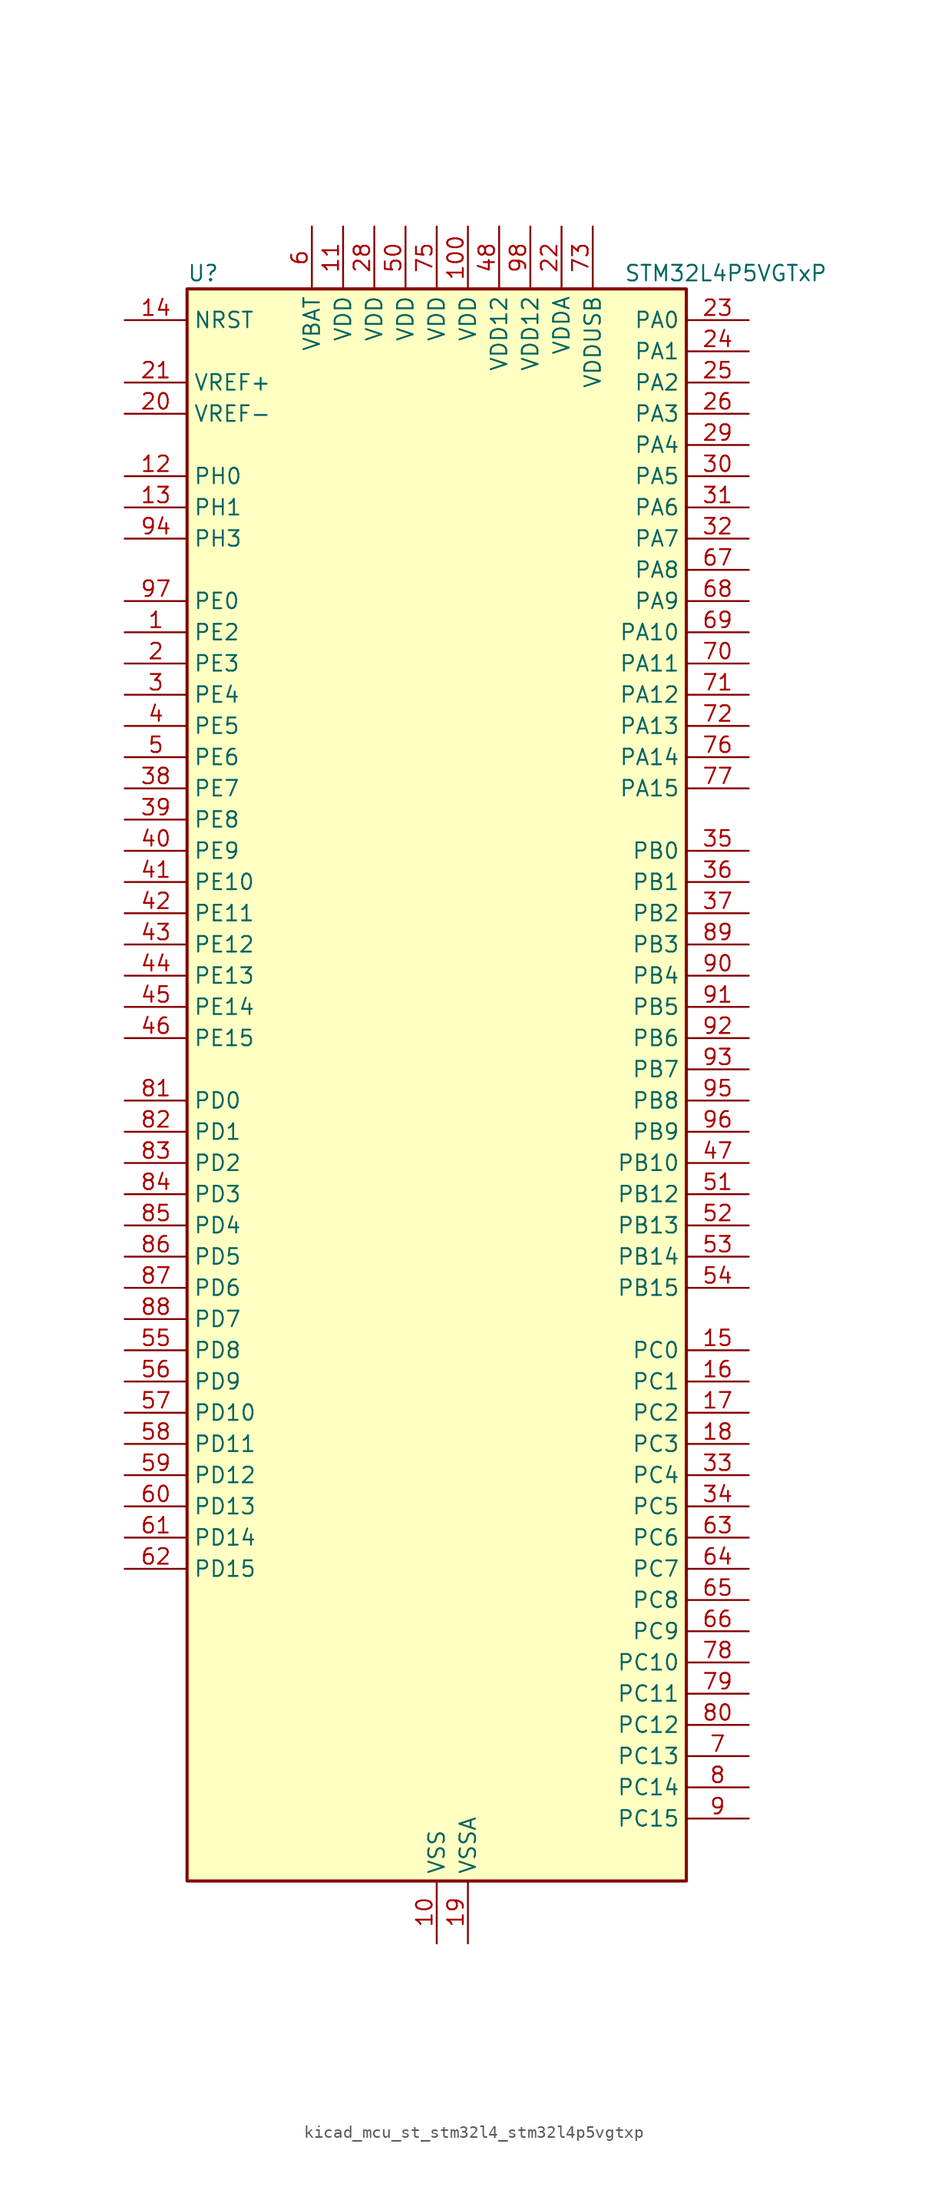
<source format=kicad_sym>
(kicad_symbol_lib
  (version 20220914)
  (generator kicad_symbol_editor)
  (symbol "kicad_mcu_st_stm32l4_stm32l4p5vgtxp"
    (property "Reference" "U"
      (at -20.32 67.31 0)
      (effects (font (size 1.27 1.27)) (justify left)))
    (property "Value" "STM32L4P5VGTxP"
      (at 15.24 67.31 0)
      (effects (font (size 1.27 1.27)) (justify left)))
    (property "ki_locked" ""
      (at 0 0 0)
      (effects (font (size 1.27 1.27))))
    (symbol "kicad_mcu_st_stm32l4_stm32l4p5vgtxp_0_1"
      (rectangle (start -20.32 -63.5) (end 20.32 66.04) (stroke (width 0.254) (type default)) (fill (type background))))
    (symbol "kicad_mcu_st_stm32l4_stm32l4p5vgtxp_1_1"
      (pin bidirectional line (at -25.4 38.1 0) (length 5.08) (name "PE2" (effects (font (size 1.27 1.27)))) (number "1" (effects (font (size 1.27 1.27)))) (alternate "FMC_A23" bidirectional line) (alternate "LTDC_R7" bidirectional line) (alternate "SAI1_CK1" bidirectional line) (alternate "SAI1_MCLK_A" bidirectional line) (alternate "SYS_TRACECLK" bidirectional line) (alternate "TIM3_ETR" bidirectional line) (alternate "TSC_G7_IO1" bidirectional line))
      (pin power_in line (at 0 -68.58 90) (length 5.08) (name "VSS" (effects (font (size 1.27 1.27)))) (number "10" (effects (font (size 1.27 1.27)))))
      (pin power_in line (at 2.54 71.12 270) (length 5.08) (name "VDD" (effects (font (size 1.27 1.27)))) (number "100" (effects (font (size 1.27 1.27)))))
      (pin power_in line (at -7.62 71.12 270) (length 5.08) (name "VDD" (effects (font (size 1.27 1.27)))) (number "11" (effects (font (size 1.27 1.27)))))
      (pin bidirectional line (at -25.4 50.8 0) (length 5.08) (name "PH0" (effects (font (size 1.27 1.27)))) (number "12" (effects (font (size 1.27 1.27)))) (alternate "RCC_OSC_IN" bidirectional line))
      (pin bidirectional line (at -25.4 48.26 0) (length 5.08) (name "PH1" (effects (font (size 1.27 1.27)))) (number "13" (effects (font (size 1.27 1.27)))) (alternate "RCC_OSC_OUT" bidirectional line))
      (pin input line (at -25.4 63.5 0) (length 5.08) (name "NRST" (effects (font (size 1.27 1.27)))) (number "14" (effects (font (size 1.27 1.27)))))
      (pin bidirectional line (at 25.4 -20.32 180) (length 5.08) (name "PC0" (effects (font (size 1.27 1.27)))) (number "15" (effects (font (size 1.27 1.27)))) (alternate "ADC1_IN1" bidirectional line) (alternate "ADC2_IN1" bidirectional line) (alternate "I2C3_SCL" bidirectional line) (alternate "LPTIM1_IN1" bidirectional line) (alternate "LPTIM2_IN1" bidirectional line) (alternate "LPUART1_RX" bidirectional line) (alternate "LTDC_DE" bidirectional line) (alternate "SAI2_FS_A" bidirectional line) (alternate "SDMMC1_CMD" bidirectional line) (alternate "SDMMC2_CKIN" bidirectional line))
      (pin bidirectional line (at 25.4 -22.86 180) (length 5.08) (name "PC1" (effects (font (size 1.27 1.27)))) (number "16" (effects (font (size 1.27 1.27)))) (alternate "ADC1_IN2" bidirectional line) (alternate "ADC2_IN2" bidirectional line) (alternate "I2C3_SDA" bidirectional line) (alternate "LPTIM1_OUT" bidirectional line) (alternate "LPUART1_TX" bidirectional line) (alternate "OCTOSPIM_P1_IO4" bidirectional line) (alternate "SAI1_SD_A" bidirectional line) (alternate "SPI2_MOSI" bidirectional line) (alternate "SYS_TRACED0" bidirectional line))
      (pin bidirectional line (at 25.4 -25.4 180) (length 5.08) (name "PC2" (effects (font (size 1.27 1.27)))) (number "17" (effects (font (size 1.27 1.27)))) (alternate "ADC1_IN3" bidirectional line) (alternate "ADC2_IN3" bidirectional line) (alternate "DFSDM1_CKOUT" bidirectional line) (alternate "LPTIM1_IN2" bidirectional line) (alternate "LTDC_HSYNC" bidirectional line) (alternate "OCTOSPIM_P1_IO5" bidirectional line) (alternate "SPI2_MISO" bidirectional line))
      (pin bidirectional line (at 25.4 -27.94 180) (length 5.08) (name "PC3" (effects (font (size 1.27 1.27)))) (number "18" (effects (font (size 1.27 1.27)))) (alternate "ADC1_IN4" bidirectional line) (alternate "ADC2_IN4" bidirectional line) (alternate "LPTIM1_ETR" bidirectional line) (alternate "LPTIM2_ETR" bidirectional line) (alternate "OCTOSPIM_P1_IO6" bidirectional line) (alternate "SAI1_D1" bidirectional line) (alternate "SAI1_SD_A" bidirectional line) (alternate "SPI2_MOSI" bidirectional line))
      (pin power_in line (at 2.54 -68.58 90) (length 5.08) (name "VSSA" (effects (font (size 1.27 1.27)))) (number "19" (effects (font (size 1.27 1.27)))))
      (pin bidirectional line (at -25.4 35.56 0) (length 5.08) (name "PE3" (effects (font (size 1.27 1.27)))) (number "2" (effects (font (size 1.27 1.27)))) (alternate "FMC_A19" bidirectional line) (alternate "LTDC_R6" bidirectional line) (alternate "OCTOSPIM_P1_DQS" bidirectional line) (alternate "SAI1_SD_B" bidirectional line) (alternate "SYS_TRACED0" bidirectional line) (alternate "TIM3_CH1" bidirectional line) (alternate "TSC_G7_IO2" bidirectional line))
      (pin input line (at -25.4 55.88 0) (length 5.08) (name "VREF-" (effects (font (size 1.27 1.27)))) (number "20" (effects (font (size 1.27 1.27)))))
      (pin input line (at -25.4 58.42 0) (length 5.08) (name "VREF+" (effects (font (size 1.27 1.27)))) (number "21" (effects (font (size 1.27 1.27)))) (alternate "VREFBUF_OUT" bidirectional line))
      (pin power_in line (at 10.16 71.12 270) (length 5.08) (name "VDDA" (effects (font (size 1.27 1.27)))) (number "22" (effects (font (size 1.27 1.27)))))
      (pin bidirectional line (at 25.4 63.5 180) (length 5.08) (name "PA0" (effects (font (size 1.27 1.27)))) (number "23" (effects (font (size 1.27 1.27)))) (alternate "ADC1_IN5" bidirectional line) (alternate "ADC2_IN5" bidirectional line) (alternate "OPAMP1_VINP" bidirectional line) (alternate "RTC_TAMP2" bidirectional line) (alternate "SAI1_EXTCLK" bidirectional line) (alternate "SYS_WKUP1" bidirectional line) (alternate "TIM2_CH1" bidirectional line) (alternate "TIM2_ETR" bidirectional line) (alternate "TIM5_CH1" bidirectional line) (alternate "TIM8_ETR" bidirectional line) (alternate "UART4_TX" bidirectional line) (alternate "USART2_CTS" bidirectional line) (alternate "USART2_NSS" bidirectional line))
      (pin bidirectional line (at 25.4 60.96 180) (length 5.08) (name "PA1" (effects (font (size 1.27 1.27)))) (number "24" (effects (font (size 1.27 1.27)))) (alternate "ADC1_IN6" bidirectional line) (alternate "ADC2_IN6" bidirectional line) (alternate "I2C1_SMBA" bidirectional line) (alternate "OCTOSPIM_P1_DQS" bidirectional line) (alternate "OPAMP1_VINM" bidirectional line) (alternate "SDMMC2_CMD" bidirectional line) (alternate "SPI1_SCK" bidirectional line) (alternate "TIM15_CH1N" bidirectional line) (alternate "TIM2_CH2" bidirectional line) (alternate "TIM5_CH2" bidirectional line) (alternate "UART4_RX" bidirectional line) (alternate "USART2_DE" bidirectional line) (alternate "USART2_RTS" bidirectional line))
      (pin bidirectional line (at 25.4 58.42 180) (length 5.08) (name "PA2" (effects (font (size 1.27 1.27)))) (number "25" (effects (font (size 1.27 1.27)))) (alternate "ADC1_IN7" bidirectional line) (alternate "ADC2_IN7" bidirectional line) (alternate "LPUART1_TX" bidirectional line) (alternate "OCTOSPIM_P1_NCS" bidirectional line) (alternate "RCC_LSCO" bidirectional line) (alternate "SAI2_EXTCLK" bidirectional line) (alternate "SYS_WKUP4" bidirectional line) (alternate "TIM15_CH1" bidirectional line) (alternate "TIM2_CH3" bidirectional line) (alternate "TIM5_CH3" bidirectional line) (alternate "USART2_TX" bidirectional line))
      (pin bidirectional line (at 25.4 55.88 180) (length 5.08) (name "PA3" (effects (font (size 1.27 1.27)))) (number "26" (effects (font (size 1.27 1.27)))) (alternate "ADC1_IN8" bidirectional line) (alternate "ADC2_IN8" bidirectional line) (alternate "LPUART1_RX" bidirectional line) (alternate "OCTOSPIM_P1_CLK" bidirectional line) (alternate "OPAMP1_VOUT" bidirectional line) (alternate "SAI1_CK1" bidirectional line) (alternate "SAI1_MCLK_A" bidirectional line) (alternate "TIM15_CH2" bidirectional line) (alternate "TIM2_CH4" bidirectional line) (alternate "TIM5_CH4" bidirectional line) (alternate "USART2_RX" bidirectional line))
      (pin passive line (at 0 -68.58 90) (length 5.08) hide (name "VSS" (effects (font (size 1.27 1.27)))) (number "27" (effects (font (size 1.27 1.27)))))
      (pin power_in line (at -5.08 71.12 270) (length 5.08) (name "VDD" (effects (font (size 1.27 1.27)))) (number "28" (effects (font (size 1.27 1.27)))))
      (pin bidirectional line (at 25.4 53.34 180) (length 5.08) (name "PA4" (effects (font (size 1.27 1.27)))) (number "29" (effects (font (size 1.27 1.27)))) (alternate "ADC1_IN9" bidirectional line) (alternate "ADC2_IN9" bidirectional line) (alternate "DAC1_OUT1" bidirectional line) (alternate "DCMI_HSYNC" bidirectional line) (alternate "LPTIM2_OUT" bidirectional line) (alternate "LTDC_CLK" bidirectional line) (alternate "OCTOSPIM_P1_NCS" bidirectional line) (alternate "PSSI_DE" bidirectional line) (alternate "SAI1_FS_B" bidirectional line) (alternate "SPI1_NSS" bidirectional line) (alternate "SPI3_NSS" bidirectional line) (alternate "USART2_CK" bidirectional line))
      (pin bidirectional line (at -25.4 33.02 0) (length 5.08) (name "PE4" (effects (font (size 1.27 1.27)))) (number "3" (effects (font (size 1.27 1.27)))) (alternate "DCMI_D4" bidirectional line) (alternate "DFSDM1_DATIN3" bidirectional line) (alternate "FMC_A20" bidirectional line) (alternate "LTDC_B7" bidirectional line) (alternate "PSSI_D4" bidirectional line) (alternate "SAI1_D2" bidirectional line) (alternate "SAI1_FS_A" bidirectional line) (alternate "SYS_TRACED1" bidirectional line) (alternate "TIM3_CH2" bidirectional line) (alternate "TSC_G7_IO3" bidirectional line))
      (pin bidirectional line (at 25.4 50.8 180) (length 5.08) (name "PA5" (effects (font (size 1.27 1.27)))) (number "30" (effects (font (size 1.27 1.27)))) (alternate "ADC1_IN10" bidirectional line) (alternate "ADC2_IN10" bidirectional line) (alternate "DAC1_OUT2" bidirectional line) (alternate "LPTIM2_ETR" bidirectional line) (alternate "LTDC_R7" bidirectional line) (alternate "PSSI_D14" bidirectional line) (alternate "SPI1_SCK" bidirectional line) (alternate "TIM2_CH1" bidirectional line) (alternate "TIM2_ETR" bidirectional line) (alternate "TIM8_CH1N" bidirectional line))
      (pin bidirectional line (at 25.4 48.26 180) (length 5.08) (name "PA6" (effects (font (size 1.27 1.27)))) (number "31" (effects (font (size 1.27 1.27)))) (alternate "ADC1_IN11" bidirectional line) (alternate "ADC2_IN11" bidirectional line) (alternate "DCMI_PIXCLK" bidirectional line) (alternate "LPUART1_CTS" bidirectional line) (alternate "OCTOSPIM_P1_IO3" bidirectional line) (alternate "OPAMP2_VINP" bidirectional line) (alternate "PSSI_PDCK" bidirectional line) (alternate "SPI1_MISO" bidirectional line) (alternate "TIM16_CH1" bidirectional line) (alternate "TIM1_BKIN" bidirectional line) (alternate "TIM3_CH1" bidirectional line) (alternate "TIM8_BKIN" bidirectional line) (alternate "USART3_CTS" bidirectional line) (alternate "USART3_NSS" bidirectional line))
      (pin bidirectional line (at 25.4 45.72 180) (length 5.08) (name "PA7" (effects (font (size 1.27 1.27)))) (number "32" (effects (font (size 1.27 1.27)))) (alternate "ADC1_IN12" bidirectional line) (alternate "ADC2_IN12" bidirectional line) (alternate "I2C3_SCL" bidirectional line) (alternate "OCTOSPIM_P1_IO2" bidirectional line) (alternate "OPAMP2_VINM" bidirectional line) (alternate "SPI1_MOSI" bidirectional line) (alternate "TIM17_CH1" bidirectional line) (alternate "TIM1_CH1N" bidirectional line) (alternate "TIM3_CH2" bidirectional line) (alternate "TIM8_CH1N" bidirectional line))
      (pin bidirectional line (at 25.4 -30.48 180) (length 5.08) (name "PC4" (effects (font (size 1.27 1.27)))) (number "33" (effects (font (size 1.27 1.27)))) (alternate "ADC1_IN13" bidirectional line) (alternate "ADC2_IN13" bidirectional line) (alternate "COMP1_INM" bidirectional line) (alternate "OCTOSPIM_P1_IO7" bidirectional line) (alternate "OCTOSPIM_P2_NCS" bidirectional line) (alternate "USART3_TX" bidirectional line))
      (pin bidirectional line (at 25.4 -33.02 180) (length 5.08) (name "PC5" (effects (font (size 1.27 1.27)))) (number "34" (effects (font (size 1.27 1.27)))) (alternate "ADC1_IN14" bidirectional line) (alternate "ADC2_IN14" bidirectional line) (alternate "COMP1_INP" bidirectional line) (alternate "LTDC_CLK" bidirectional line) (alternate "PSSI_D15" bidirectional line) (alternate "SAI1_D3" bidirectional line) (alternate "SYS_WKUP5" bidirectional line) (alternate "USART3_RX" bidirectional line))
      (pin bidirectional line (at 25.4 20.32 180) (length 5.08) (name "PB0" (effects (font (size 1.27 1.27)))) (number "35" (effects (font (size 1.27 1.27)))) (alternate "ADC1_IN15" bidirectional line) (alternate "ADC2_IN15" bidirectional line) (alternate "COMP1_OUT" bidirectional line) (alternate "LTDC_B6" bidirectional line) (alternate "OCTOSPIM_P1_IO1" bidirectional line) (alternate "OPAMP2_VOUT" bidirectional line) (alternate "SAI1_EXTCLK" bidirectional line) (alternate "SPI1_NSS" bidirectional line) (alternate "TIM1_CH2N" bidirectional line) (alternate "TIM3_CH3" bidirectional line) (alternate "TIM8_CH2N" bidirectional line) (alternate "USART3_CK" bidirectional line))
      (pin bidirectional line (at 25.4 17.78 180) (length 5.08) (name "PB1" (effects (font (size 1.27 1.27)))) (number "36" (effects (font (size 1.27 1.27)))) (alternate "ADC1_IN16" bidirectional line) (alternate "ADC2_IN16" bidirectional line) (alternate "COMP1_INM" bidirectional line) (alternate "DFSDM1_DATIN0" bidirectional line) (alternate "LPTIM2_IN1" bidirectional line) (alternate "LPUART1_DE" bidirectional line) (alternate "LPUART1_RTS" bidirectional line) (alternate "LTDC_G6" bidirectional line) (alternate "OCTOSPIM_P1_IO0" bidirectional line) (alternate "TIM1_CH3N" bidirectional line) (alternate "TIM3_CH4" bidirectional line) (alternate "TIM8_CH3N" bidirectional line) (alternate "USART3_DE" bidirectional line) (alternate "USART3_RTS" bidirectional line))
      (pin bidirectional line (at 25.4 15.24 180) (length 5.08) (name "PB2" (effects (font (size 1.27 1.27)))) (number "37" (effects (font (size 1.27 1.27)))) (alternate "COMP1_INP" bidirectional line) (alternate "DFSDM1_CKIN0" bidirectional line) (alternate "I2C3_SMBA" bidirectional line) (alternate "LPTIM1_OUT" bidirectional line) (alternate "OCTOSPIM_P1_DQS" bidirectional line) (alternate "RTC_OUT2" bidirectional line))
      (pin bidirectional line (at -25.4 25.4 0) (length 5.08) (name "PE7" (effects (font (size 1.27 1.27)))) (number "38" (effects (font (size 1.27 1.27)))) (alternate "DFSDM1_DATIN2" bidirectional line) (alternate "FMC_D4" bidirectional line) (alternate "FMC_DA4" bidirectional line) (alternate "LTDC_B6" bidirectional line) (alternate "SAI1_SD_B" bidirectional line) (alternate "TIM1_ETR" bidirectional line))
      (pin bidirectional line (at -25.4 22.86 0) (length 5.08) (name "PE8" (effects (font (size 1.27 1.27)))) (number "39" (effects (font (size 1.27 1.27)))) (alternate "DFSDM1_CKIN2" bidirectional line) (alternate "FMC_D5" bidirectional line) (alternate "FMC_DA5" bidirectional line) (alternate "LTDC_B7" bidirectional line) (alternate "SAI1_SCK_B" bidirectional line) (alternate "TIM1_CH1N" bidirectional line))
      (pin bidirectional line (at -25.4 30.48 0) (length 5.08) (name "PE5" (effects (font (size 1.27 1.27)))) (number "4" (effects (font (size 1.27 1.27)))) (alternate "DCMI_D6" bidirectional line) (alternate "DFSDM1_CKIN3" bidirectional line) (alternate "FMC_A21" bidirectional line) (alternate "LTDC_G7" bidirectional line) (alternate "PSSI_D6" bidirectional line) (alternate "SAI1_CK2" bidirectional line) (alternate "SAI1_SCK_A" bidirectional line) (alternate "SYS_TRACED2" bidirectional line) (alternate "TIM3_CH3" bidirectional line) (alternate "TSC_G7_IO4" bidirectional line))
      (pin bidirectional line (at -25.4 20.32 0) (length 5.08) (name "PE9" (effects (font (size 1.27 1.27)))) (number "40" (effects (font (size 1.27 1.27)))) (alternate "DAC1_EXTI9" bidirectional line) (alternate "DFSDM1_CKOUT" bidirectional line) (alternate "FMC_D6" bidirectional line) (alternate "FMC_DA6" bidirectional line) (alternate "LTDC_G2" bidirectional line) (alternate "OCTOSPIM_P1_NCLK" bidirectional line) (alternate "SAI1_FS_B" bidirectional line) (alternate "TIM1_CH1" bidirectional line))
      (pin bidirectional line (at -25.4 17.78 0) (length 5.08) (name "PE10" (effects (font (size 1.27 1.27)))) (number "41" (effects (font (size 1.27 1.27)))) (alternate "FMC_D7" bidirectional line) (alternate "FMC_DA7" bidirectional line) (alternate "LTDC_G3" bidirectional line) (alternate "OCTOSPIM_P1_CLK" bidirectional line) (alternate "SAI1_MCLK_B" bidirectional line) (alternate "TIM1_CH2N" bidirectional line) (alternate "TSC_G5_IO1" bidirectional line))
      (pin bidirectional line (at -25.4 15.24 0) (length 5.08) (name "PE11" (effects (font (size 1.27 1.27)))) (number "42" (effects (font (size 1.27 1.27)))) (alternate "ADC1_EXTI11" bidirectional line) (alternate "ADC2_EXTI11" bidirectional line) (alternate "FMC_D8" bidirectional line) (alternate "FMC_DA8" bidirectional line) (alternate "LTDC_G4" bidirectional line) (alternate "OCTOSPIM_P1_NCS" bidirectional line) (alternate "TIM1_CH2" bidirectional line) (alternate "TSC_G5_IO2" bidirectional line))
      (pin bidirectional line (at -25.4 12.7 0) (length 5.08) (name "PE12" (effects (font (size 1.27 1.27)))) (number "43" (effects (font (size 1.27 1.27)))) (alternate "FMC_D9" bidirectional line) (alternate "FMC_DA9" bidirectional line) (alternate "LTDC_G5" bidirectional line) (alternate "OCTOSPIM_P1_IO0" bidirectional line) (alternate "SPI1_NSS" bidirectional line) (alternate "TIM1_CH3N" bidirectional line) (alternate "TSC_G5_IO3" bidirectional line))
      (pin bidirectional line (at -25.4 10.16 0) (length 5.08) (name "PE13" (effects (font (size 1.27 1.27)))) (number "44" (effects (font (size 1.27 1.27)))) (alternate "FMC_D10" bidirectional line) (alternate "FMC_DA10" bidirectional line) (alternate "LTDC_G6" bidirectional line) (alternate "OCTOSPIM_P1_IO1" bidirectional line) (alternate "SPI1_SCK" bidirectional line) (alternate "TIM1_CH3" bidirectional line) (alternate "TSC_G5_IO4" bidirectional line))
      (pin bidirectional line (at -25.4 7.62 0) (length 5.08) (name "PE14" (effects (font (size 1.27 1.27)))) (number "45" (effects (font (size 1.27 1.27)))) (alternate "FMC_D11" bidirectional line) (alternate "FMC_DA11" bidirectional line) (alternate "LTDC_G7" bidirectional line) (alternate "OCTOSPIM_P1_IO2" bidirectional line) (alternate "SPI1_MISO" bidirectional line) (alternate "TIM1_BKIN2" bidirectional line) (alternate "TIM1_CH4" bidirectional line))
      (pin bidirectional line (at -25.4 5.08 0) (length 5.08) (name "PE15" (effects (font (size 1.27 1.27)))) (number "46" (effects (font (size 1.27 1.27)))) (alternate "ADC1_EXTI15" bidirectional line) (alternate "ADC2_EXTI15" bidirectional line) (alternate "FMC_D12" bidirectional line) (alternate "FMC_DA12" bidirectional line) (alternate "LTDC_R2" bidirectional line) (alternate "OCTOSPIM_P1_IO3" bidirectional line) (alternate "SPI1_MOSI" bidirectional line) (alternate "TIM1_BKIN" bidirectional line))
      (pin bidirectional line (at 25.4 -5.08 180) (length 5.08) (name "PB10" (effects (font (size 1.27 1.27)))) (number "47" (effects (font (size 1.27 1.27)))) (alternate "COMP1_OUT" bidirectional line) (alternate "I2C2_SCL" bidirectional line) (alternate "I2C4_SCL" bidirectional line) (alternate "LPUART1_RX" bidirectional line) (alternate "OCTOSPIM_P1_CLK" bidirectional line) (alternate "OCTOSPIM_P1_IO3" bidirectional line) (alternate "SAI1_SCK_A" bidirectional line) (alternate "SPI2_SCK" bidirectional line) (alternate "TIM2_CH3" bidirectional line) (alternate "TSC_SYNC" bidirectional line) (alternate "USART3_TX" bidirectional line))
      (pin power_in line (at 5.08 71.12 270) (length 5.08) (name "VDD12" (effects (font (size 1.27 1.27)))) (number "48" (effects (font (size 1.27 1.27)))))
      (pin passive line (at 0 -68.58 90) (length 5.08) hide (name "VSS" (effects (font (size 1.27 1.27)))) (number "49" (effects (font (size 1.27 1.27)))))
      (pin bidirectional line (at -25.4 27.94 0) (length 5.08) (name "PE6" (effects (font (size 1.27 1.27)))) (number "5" (effects (font (size 1.27 1.27)))) (alternate "DCMI_D7" bidirectional line) (alternate "FMC_A22" bidirectional line) (alternate "LTDC_G6" bidirectional line) (alternate "PSSI_D7" bidirectional line) (alternate "RTC_TAMP3" bidirectional line) (alternate "SAI1_D1" bidirectional line) (alternate "SAI1_SD_A" bidirectional line) (alternate "SYS_TRACED3" bidirectional line) (alternate "SYS_WKUP3" bidirectional line) (alternate "TIM3_CH4" bidirectional line))
      (pin power_in line (at -2.54 71.12 270) (length 5.08) (name "VDD" (effects (font (size 1.27 1.27)))) (number "50" (effects (font (size 1.27 1.27)))))
      (pin bidirectional line (at 25.4 -7.62 180) (length 5.08) (name "PB12" (effects (font (size 1.27 1.27)))) (number "51" (effects (font (size 1.27 1.27)))) (alternate "DFSDM1_DATIN1" bidirectional line) (alternate "I2C2_SMBA" bidirectional line) (alternate "LPUART1_DE" bidirectional line) (alternate "LPUART1_RTS" bidirectional line) (alternate "OCTOSPIM_P1_NCLK" bidirectional line) (alternate "SAI2_FS_A" bidirectional line) (alternate "SDMMC2_CK" bidirectional line) (alternate "SPI2_NSS" bidirectional line) (alternate "TIM15_BKIN" bidirectional line) (alternate "TIM1_BKIN" bidirectional line) (alternate "TSC_G1_IO1" bidirectional line) (alternate "USART3_CK" bidirectional line))
      (pin bidirectional line (at 25.4 -10.16 180) (length 5.08) (name "PB13" (effects (font (size 1.27 1.27)))) (number "52" (effects (font (size 1.27 1.27)))) (alternate "DFSDM1_CKIN1" bidirectional line) (alternate "I2C2_SCL" bidirectional line) (alternate "LPUART1_CTS" bidirectional line) (alternate "OCTOSPIM_P1_IO1" bidirectional line) (alternate "SAI2_SCK_A" bidirectional line) (alternate "SPI2_SCK" bidirectional line) (alternate "TIM15_CH1N" bidirectional line) (alternate "TIM1_CH1N" bidirectional line) (alternate "TSC_G1_IO2" bidirectional line) (alternate "USART3_CTS" bidirectional line) (alternate "USART3_NSS" bidirectional line))
      (pin bidirectional line (at 25.4 -12.7 180) (length 5.08) (name "PB14" (effects (font (size 1.27 1.27)))) (number "53" (effects (font (size 1.27 1.27)))) (alternate "DFSDM1_DATIN2" bidirectional line) (alternate "I2C2_SDA" bidirectional line) (alternate "OCTOSPIM_P1_IO6" bidirectional line) (alternate "SAI2_MCLK_A" bidirectional line) (alternate "SDMMC2_D0" bidirectional line) (alternate "SPI2_MISO" bidirectional line) (alternate "TIM15_CH1" bidirectional line) (alternate "TIM1_CH2N" bidirectional line) (alternate "TIM8_CH2N" bidirectional line) (alternate "TSC_G1_IO3" bidirectional line) (alternate "USART3_DE" bidirectional line) (alternate "USART3_RTS" bidirectional line))
      (pin bidirectional line (at 25.4 -15.24 180) (length 5.08) (name "PB15" (effects (font (size 1.27 1.27)))) (number "54" (effects (font (size 1.27 1.27)))) (alternate "ADC1_EXTI15" bidirectional line) (alternate "ADC2_EXTI15" bidirectional line) (alternate "DFSDM1_CKIN2" bidirectional line) (alternate "OCTOSPIM_P1_IO7" bidirectional line) (alternate "RTC_REFIN" bidirectional line) (alternate "SAI2_SD_A" bidirectional line) (alternate "SDMMC2_D1" bidirectional line) (alternate "SPI2_MOSI" bidirectional line) (alternate "TIM15_CH2" bidirectional line) (alternate "TIM1_CH3N" bidirectional line) (alternate "TIM8_CH3N" bidirectional line) (alternate "TSC_G1_IO4" bidirectional line))
      (pin bidirectional line (at -25.4 -20.32 0) (length 5.08) (name "PD8" (effects (font (size 1.27 1.27)))) (number "55" (effects (font (size 1.27 1.27)))) (alternate "DCMI_HSYNC" bidirectional line) (alternate "FMC_D13" bidirectional line) (alternate "FMC_DA13" bidirectional line) (alternate "LTDC_R3" bidirectional line) (alternate "PSSI_DE" bidirectional line) (alternate "USART3_TX" bidirectional line))
      (pin bidirectional line (at -25.4 -22.86 0) (length 5.08) (name "PD9" (effects (font (size 1.27 1.27)))) (number "56" (effects (font (size 1.27 1.27)))) (alternate "DAC1_EXTI9" bidirectional line) (alternate "DCMI_PIXCLK" bidirectional line) (alternate "FMC_D14" bidirectional line) (alternate "FMC_DA14" bidirectional line) (alternate "LTDC_R4" bidirectional line) (alternate "PSSI_PDCK" bidirectional line) (alternate "SAI2_MCLK_A" bidirectional line) (alternate "USART3_RX" bidirectional line))
      (pin bidirectional line (at -25.4 -25.4 0) (length 5.08) (name "PD10" (effects (font (size 1.27 1.27)))) (number "57" (effects (font (size 1.27 1.27)))) (alternate "FMC_D15" bidirectional line) (alternate "FMC_DA15" bidirectional line) (alternate "LTDC_R5" bidirectional line) (alternate "SAI2_SCK_A" bidirectional line) (alternate "TSC_G6_IO1" bidirectional line) (alternate "USART3_CK" bidirectional line))
      (pin bidirectional line (at -25.4 -27.94 0) (length 5.08) (name "PD11" (effects (font (size 1.27 1.27)))) (number "58" (effects (font (size 1.27 1.27)))) (alternate "ADC1_EXTI11" bidirectional line) (alternate "ADC2_EXTI11" bidirectional line) (alternate "FMC_A16" bidirectional line) (alternate "FMC_CLE" bidirectional line) (alternate "I2C4_SMBA" bidirectional line) (alternate "LPTIM2_ETR" bidirectional line) (alternate "LTDC_R6" bidirectional line) (alternate "SAI2_SD_A" bidirectional line) (alternate "TSC_G6_IO2" bidirectional line) (alternate "USART3_CTS" bidirectional line) (alternate "USART3_NSS" bidirectional line))
      (pin bidirectional line (at -25.4 -30.48 0) (length 5.08) (name "PD12" (effects (font (size 1.27 1.27)))) (number "59" (effects (font (size 1.27 1.27)))) (alternate "FMC_A17" bidirectional line) (alternate "FMC_ALE" bidirectional line) (alternate "I2C4_SCL" bidirectional line) (alternate "LPTIM2_IN1" bidirectional line) (alternate "LTDC_R7" bidirectional line) (alternate "SAI2_FS_A" bidirectional line) (alternate "TIM4_CH1" bidirectional line) (alternate "TSC_G6_IO3" bidirectional line) (alternate "USART3_DE" bidirectional line) (alternate "USART3_RTS" bidirectional line))
      (pin power_in line (at -10.16 71.12 270) (length 5.08) (name "VBAT" (effects (font (size 1.27 1.27)))) (number "6" (effects (font (size 1.27 1.27)))))
      (pin bidirectional line (at -25.4 -33.02 0) (length 5.08) (name "PD13" (effects (font (size 1.27 1.27)))) (number "60" (effects (font (size 1.27 1.27)))) (alternate "FMC_A18" bidirectional line) (alternate "I2C4_SDA" bidirectional line) (alternate "LPTIM2_OUT" bidirectional line) (alternate "TIM4_CH2" bidirectional line) (alternate "TSC_G6_IO4" bidirectional line))
      (pin bidirectional line (at -25.4 -35.56 0) (length 5.08) (name "PD14" (effects (font (size 1.27 1.27)))) (number "61" (effects (font (size 1.27 1.27)))) (alternate "FMC_D0" bidirectional line) (alternate "FMC_DA0" bidirectional line) (alternate "LTDC_B2" bidirectional line) (alternate "TIM4_CH3" bidirectional line))
      (pin bidirectional line (at -25.4 -38.1 0) (length 5.08) (name "PD15" (effects (font (size 1.27 1.27)))) (number "62" (effects (font (size 1.27 1.27)))) (alternate "ADC1_EXTI15" bidirectional line) (alternate "ADC2_EXTI15" bidirectional line) (alternate "FMC_D1" bidirectional line) (alternate "FMC_DA1" bidirectional line) (alternate "LTDC_B3" bidirectional line) (alternate "TIM4_CH4" bidirectional line))
      (pin bidirectional line (at 25.4 -35.56 180) (length 5.08) (name "PC6" (effects (font (size 1.27 1.27)))) (number "63" (effects (font (size 1.27 1.27)))) (alternate "DCMI_D0" bidirectional line) (alternate "DFSDM1_CKIN3" bidirectional line) (alternate "LTDC_G7" bidirectional line) (alternate "PSSI_D0" bidirectional line) (alternate "SAI2_MCLK_A" bidirectional line) (alternate "SDMMC1_D0DIR" bidirectional line) (alternate "SDMMC1_D6" bidirectional line) (alternate "SDMMC2_D6" bidirectional line) (alternate "TIM3_CH1" bidirectional line) (alternate "TIM8_CH1" bidirectional line) (alternate "TSC_G4_IO1" bidirectional line))
      (pin bidirectional line (at 25.4 -38.1 180) (length 5.08) (name "PC7" (effects (font (size 1.27 1.27)))) (number "64" (effects (font (size 1.27 1.27)))) (alternate "DCMI_D1" bidirectional line) (alternate "DFSDM1_DATIN3" bidirectional line) (alternate "LTDC_B6" bidirectional line) (alternate "PSSI_D1" bidirectional line) (alternate "SAI2_MCLK_B" bidirectional line) (alternate "SDMMC1_D123DIR" bidirectional line) (alternate "SDMMC1_D7" bidirectional line) (alternate "SDMMC2_D7" bidirectional line) (alternate "TIM3_CH2" bidirectional line) (alternate "TIM8_CH2" bidirectional line) (alternate "TSC_G4_IO2" bidirectional line))
      (pin bidirectional line (at 25.4 -40.64 180) (length 5.08) (name "PC8" (effects (font (size 1.27 1.27)))) (number "65" (effects (font (size 1.27 1.27)))) (alternate "DCMI_D2" bidirectional line) (alternate "PSSI_D2" bidirectional line) (alternate "SDMMC1_D0" bidirectional line) (alternate "TIM3_CH3" bidirectional line) (alternate "TIM8_CH3" bidirectional line) (alternate "TSC_G4_IO3" bidirectional line))
      (pin bidirectional line (at 25.4 -43.18 180) (length 5.08) (name "PC9" (effects (font (size 1.27 1.27)))) (number "66" (effects (font (size 1.27 1.27)))) (alternate "DAC1_EXTI9" bidirectional line) (alternate "DCMI_D3" bidirectional line) (alternate "I2C3_SDA" bidirectional line) (alternate "PSSI_D3" bidirectional line) (alternate "SAI2_EXTCLK" bidirectional line) (alternate "SDMMC1_D1" bidirectional line) (alternate "SYS_TRACED0" bidirectional line) (alternate "TIM3_CH4" bidirectional line) (alternate "TIM8_BKIN2" bidirectional line) (alternate "TIM8_CH4" bidirectional line) (alternate "TSC_G4_IO4" bidirectional line) (alternate "USB_OTG_FS_NOE" bidirectional line))
      (pin bidirectional line (at 25.4 43.18 180) (length 5.08) (name "PA8" (effects (font (size 1.27 1.27)))) (number "67" (effects (font (size 1.27 1.27)))) (alternate "LPTIM2_OUT" bidirectional line) (alternate "LTDC_B7" bidirectional line) (alternate "RCC_MCO" bidirectional line) (alternate "SAI1_CK2" bidirectional line) (alternate "SAI1_SCK_A" bidirectional line) (alternate "TIM1_CH1" bidirectional line) (alternate "USART1_CK" bidirectional line) (alternate "USB_OTG_FS_SOF" bidirectional line))
      (pin bidirectional line (at 25.4 40.64 180) (length 5.08) (name "PA9" (effects (font (size 1.27 1.27)))) (number "68" (effects (font (size 1.27 1.27)))) (alternate "DAC1_EXTI9" bidirectional line) (alternate "DCMI_D0" bidirectional line) (alternate "LTDC_G7" bidirectional line) (alternate "PSSI_D0" bidirectional line) (alternate "SAI1_FS_A" bidirectional line) (alternate "SPI2_SCK" bidirectional line) (alternate "TIM15_BKIN" bidirectional line) (alternate "TIM1_CH2" bidirectional line) (alternate "USART1_TX" bidirectional line) (alternate "USB_OTG_FS_VBUS" bidirectional line))
      (pin bidirectional line (at 25.4 38.1 180) (length 5.08) (name "PA10" (effects (font (size 1.27 1.27)))) (number "69" (effects (font (size 1.27 1.27)))) (alternate "DCMI_D1" bidirectional line) (alternate "LTDC_G6" bidirectional line) (alternate "PSSI_D1" bidirectional line) (alternate "SAI1_D1" bidirectional line) (alternate "SAI1_SD_A" bidirectional line) (alternate "TIM17_BKIN" bidirectional line) (alternate "TIM1_CH3" bidirectional line) (alternate "USART1_RX" bidirectional line) (alternate "USB_OTG_FS_ID" bidirectional line))
      (pin bidirectional line (at 25.4 -53.34 180) (length 5.08) (name "PC13" (effects (font (size 1.27 1.27)))) (number "7" (effects (font (size 1.27 1.27)))) (alternate "RTC_OUT1" bidirectional line) (alternate "RTC_TAMP1" bidirectional line) (alternate "RTC_TS" bidirectional line) (alternate "SYS_WKUP2" bidirectional line))
      (pin bidirectional line (at 25.4 35.56 180) (length 5.08) (name "PA11" (effects (font (size 1.27 1.27)))) (number "70" (effects (font (size 1.27 1.27)))) (alternate "ADC1_EXTI11" bidirectional line) (alternate "ADC2_EXTI11" bidirectional line) (alternate "CAN1_RX" bidirectional line) (alternate "LTDC_DE" bidirectional line) (alternate "SPI1_MISO" bidirectional line) (alternate "TIM1_BKIN2" bidirectional line) (alternate "TIM1_CH4" bidirectional line) (alternate "USART1_CTS" bidirectional line) (alternate "USART1_NSS" bidirectional line) (alternate "USB_OTG_FS_DM" bidirectional line))
      (pin bidirectional line (at 25.4 33.02 180) (length 5.08) (name "PA12" (effects (font (size 1.27 1.27)))) (number "71" (effects (font (size 1.27 1.27)))) (alternate "CAN1_TX" bidirectional line) (alternate "LTDC_VSYNC" bidirectional line) (alternate "OCTOSPIM_P2_NCS" bidirectional line) (alternate "SPI1_MOSI" bidirectional line) (alternate "TIM1_ETR" bidirectional line) (alternate "USART1_DE" bidirectional line) (alternate "USART1_RTS" bidirectional line) (alternate "USB_OTG_FS_DP" bidirectional line))
      (pin bidirectional line (at 25.4 30.48 180) (length 5.08) (name "PA13" (effects (font (size 1.27 1.27)))) (number "72" (effects (font (size 1.27 1.27)))) (alternate "IR_OUT" bidirectional line) (alternate "SAI1_SD_B" bidirectional line) (alternate "SYS_JTMS-SWDIO" bidirectional line) (alternate "USB_OTG_FS_NOE" bidirectional line))
      (pin power_in line (at 12.7 71.12 270) (length 5.08) (name "VDDUSB" (effects (font (size 1.27 1.27)))) (number "73" (effects (font (size 1.27 1.27)))))
      (pin passive line (at 0 -68.58 90) (length 5.08) hide (name "VSS" (effects (font (size 1.27 1.27)))) (number "74" (effects (font (size 1.27 1.27)))))
      (pin power_in line (at 0 71.12 270) (length 5.08) (name "VDD" (effects (font (size 1.27 1.27)))) (number "75" (effects (font (size 1.27 1.27)))))
      (pin bidirectional line (at 25.4 27.94 180) (length 5.08) (name "PA14" (effects (font (size 1.27 1.27)))) (number "76" (effects (font (size 1.27 1.27)))) (alternate "I2C1_SMBA" bidirectional line) (alternate "I2C4_SMBA" bidirectional line) (alternate "LPTIM1_OUT" bidirectional line) (alternate "SAI1_FS_B" bidirectional line) (alternate "SYS_JTCK-SWCLK" bidirectional line) (alternate "USB_OTG_FS_SOF" bidirectional line))
      (pin bidirectional line (at 25.4 25.4 180) (length 5.08) (name "PA15" (effects (font (size 1.27 1.27)))) (number "77" (effects (font (size 1.27 1.27)))) (alternate "ADC1_EXTI15" bidirectional line) (alternate "ADC2_EXTI15" bidirectional line) (alternate "LTDC_HSYNC" bidirectional line) (alternate "SAI2_FS_B" bidirectional line) (alternate "SPI1_NSS" bidirectional line) (alternate "SPI3_NSS" bidirectional line) (alternate "SYS_JTDI" bidirectional line) (alternate "TIM2_CH1" bidirectional line) (alternate "TIM2_ETR" bidirectional line) (alternate "TSC_G3_IO1" bidirectional line) (alternate "UART4_DE" bidirectional line) (alternate "UART4_RTS" bidirectional line) (alternate "USART2_RX" bidirectional line) (alternate "USART3_DE" bidirectional line) (alternate "USART3_RTS" bidirectional line))
      (pin bidirectional line (at 25.4 -45.72 180) (length 5.08) (name "PC10" (effects (font (size 1.27 1.27)))) (number "78" (effects (font (size 1.27 1.27)))) (alternate "DCMI_D8" bidirectional line) (alternate "DCMI_VSYNC" bidirectional line) (alternate "PSSI_D8" bidirectional line) (alternate "PSSI_RDY" bidirectional line) (alternate "SAI2_SCK_B" bidirectional line) (alternate "SDMMC1_D2" bidirectional line) (alternate "SPI3_SCK" bidirectional line) (alternate "SYS_TRACED1" bidirectional line) (alternate "TSC_G3_IO2" bidirectional line) (alternate "UART4_TX" bidirectional line) (alternate "USART3_TX" bidirectional line))
      (pin bidirectional line (at 25.4 -48.26 180) (length 5.08) (name "PC11" (effects (font (size 1.27 1.27)))) (number "79" (effects (font (size 1.27 1.27)))) (alternate "ADC1_EXTI11" bidirectional line) (alternate "ADC2_EXTI11" bidirectional line) (alternate "DCMI_D2" bidirectional line) (alternate "DCMI_D4" bidirectional line) (alternate "OCTOSPIM_P1_NCS" bidirectional line) (alternate "PSSI_D2" bidirectional line) (alternate "PSSI_D4" bidirectional line) (alternate "SAI2_MCLK_B" bidirectional line) (alternate "SDMMC1_D3" bidirectional line) (alternate "SPI3_MISO" bidirectional line) (alternate "TSC_G3_IO3" bidirectional line) (alternate "UART4_RX" bidirectional line) (alternate "USART3_RX" bidirectional line))
      (pin bidirectional line (at 25.4 -55.88 180) (length 5.08) (name "PC14" (effects (font (size 1.27 1.27)))) (number "8" (effects (font (size 1.27 1.27)))) (alternate "RCC_OSC32_IN" bidirectional line))
      (pin bidirectional line (at 25.4 -50.8 180) (length 5.08) (name "PC12" (effects (font (size 1.27 1.27)))) (number "80" (effects (font (size 1.27 1.27)))) (alternate "DCMI_D9" bidirectional line) (alternate "LTDC_R6" bidirectional line) (alternate "PSSI_D9" bidirectional line) (alternate "SAI2_SD_B" bidirectional line) (alternate "SDMMC1_CK" bidirectional line) (alternate "SPI3_MOSI" bidirectional line) (alternate "SYS_TRACED3" bidirectional line) (alternate "TSC_G3_IO4" bidirectional line) (alternate "UART5_TX" bidirectional line) (alternate "USART3_CK" bidirectional line))
      (pin bidirectional line (at -25.4 0 0) (length 5.08) (name "PD0" (effects (font (size 1.27 1.27)))) (number "81" (effects (font (size 1.27 1.27)))) (alternate "CAN1_RX" bidirectional line) (alternate "FMC_D2" bidirectional line) (alternate "FMC_DA2" bidirectional line) (alternate "LTDC_B4" bidirectional line) (alternate "SPI2_NSS" bidirectional line))
      (pin bidirectional line (at -25.4 -2.54 0) (length 5.08) (name "PD1" (effects (font (size 1.27 1.27)))) (number "82" (effects (font (size 1.27 1.27)))) (alternate "CAN1_TX" bidirectional line) (alternate "FMC_D3" bidirectional line) (alternate "FMC_DA3" bidirectional line) (alternate "LTDC_B5" bidirectional line) (alternate "SPI2_SCK" bidirectional line))
      (pin bidirectional line (at -25.4 -5.08 0) (length 5.08) (name "PD2" (effects (font (size 1.27 1.27)))) (number "83" (effects (font (size 1.27 1.27)))) (alternate "DCMI_D11" bidirectional line) (alternate "PSSI_D11" bidirectional line) (alternate "SDMMC1_CMD" bidirectional line) (alternate "SYS_TRACED2" bidirectional line) (alternate "TIM3_ETR" bidirectional line) (alternate "TSC_SYNC" bidirectional line) (alternate "UART5_RX" bidirectional line) (alternate "USART3_DE" bidirectional line) (alternate "USART3_RTS" bidirectional line))
      (pin bidirectional line (at -25.4 -7.62 0) (length 5.08) (name "PD3" (effects (font (size 1.27 1.27)))) (number "84" (effects (font (size 1.27 1.27)))) (alternate "DCMI_D5" bidirectional line) (alternate "DFSDM1_DATIN0" bidirectional line) (alternate "FMC_CLK" bidirectional line) (alternate "LTDC_CLK" bidirectional line) (alternate "OCTOSPIM_P2_NCS" bidirectional line) (alternate "PSSI_D5" bidirectional line) (alternate "SPI2_MISO" bidirectional line) (alternate "SPI2_SCK" bidirectional line) (alternate "USART2_CTS" bidirectional line) (alternate "USART2_NSS" bidirectional line))
      (pin bidirectional line (at -25.4 -10.16 0) (length 5.08) (name "PD4" (effects (font (size 1.27 1.27)))) (number "85" (effects (font (size 1.27 1.27)))) (alternate "DFSDM1_CKIN0" bidirectional line) (alternate "FMC_NOE" bidirectional line) (alternate "OCTOSPIM_P1_IO4" bidirectional line) (alternate "SDMMC2_CKIN" bidirectional line) (alternate "SPI2_MOSI" bidirectional line) (alternate "USART2_DE" bidirectional line) (alternate "USART2_RTS" bidirectional line))
      (pin bidirectional line (at -25.4 -12.7 0) (length 5.08) (name "PD5" (effects (font (size 1.27 1.27)))) (number "86" (effects (font (size 1.27 1.27)))) (alternate "FMC_NWE" bidirectional line) (alternate "OCTOSPIM_P1_IO5" bidirectional line) (alternate "USART2_TX" bidirectional line))
      (pin bidirectional line (at -25.4 -15.24 0) (length 5.08) (name "PD6" (effects (font (size 1.27 1.27)))) (number "87" (effects (font (size 1.27 1.27)))) (alternate "DCMI_D10" bidirectional line) (alternate "DFSDM1_DATIN1" bidirectional line) (alternate "FMC_NWAIT" bidirectional line) (alternate "LTDC_DE" bidirectional line) (alternate "OCTOSPIM_P1_IO6" bidirectional line) (alternate "PSSI_D10" bidirectional line) (alternate "SAI1_D1" bidirectional line) (alternate "SAI1_SD_A" bidirectional line) (alternate "SDMMC2_CK" bidirectional line) (alternate "SPI3_MOSI" bidirectional line) (alternate "USART2_RX" bidirectional line))
      (pin bidirectional line (at -25.4 -17.78 0) (length 5.08) (name "PD7" (effects (font (size 1.27 1.27)))) (number "88" (effects (font (size 1.27 1.27)))) (alternate "DFSDM1_CKIN1" bidirectional line) (alternate "FMC_NCE" bidirectional line) (alternate "FMC_NE1" bidirectional line) (alternate "OCTOSPIM_P1_IO7" bidirectional line) (alternate "SDMMC2_CMD" bidirectional line) (alternate "USART2_CK" bidirectional line))
      (pin bidirectional line (at 25.4 12.7 180) (length 5.08) (name "PB3" (effects (font (size 1.27 1.27)))) (number "89" (effects (font (size 1.27 1.27)))) (alternate "COMP2_INM" bidirectional line) (alternate "CRS_SYNC" bidirectional line) (alternate "OCTOSPIM_P1_IO4" bidirectional line) (alternate "SAI1_SCK_B" bidirectional line) (alternate "SDMMC2_D2" bidirectional line) (alternate "SPI1_SCK" bidirectional line) (alternate "SPI3_SCK" bidirectional line) (alternate "SYS_JTDO-SWO" bidirectional line) (alternate "TIM2_CH2" bidirectional line) (alternate "USART1_DE" bidirectional line) (alternate "USART1_RTS" bidirectional line))
      (pin bidirectional line (at 25.4 -58.42 180) (length 5.08) (name "PC15" (effects (font (size 1.27 1.27)))) (number "9" (effects (font (size 1.27 1.27)))) (alternate "ADC1_EXTI15" bidirectional line) (alternate "ADC2_EXTI15" bidirectional line) (alternate "RCC_OSC32_OUT" bidirectional line))
      (pin bidirectional line (at 25.4 10.16 180) (length 5.08) (name "PB4" (effects (font (size 1.27 1.27)))) (number "90" (effects (font (size 1.27 1.27)))) (alternate "COMP2_INP" bidirectional line) (alternate "DCMI_D12" bidirectional line) (alternate "I2C3_SDA" bidirectional line) (alternate "OCTOSPIM_P1_IO5" bidirectional line) (alternate "PSSI_D12" bidirectional line) (alternate "SAI1_MCLK_B" bidirectional line) (alternate "SDMMC2_D3" bidirectional line) (alternate "SPI1_MISO" bidirectional line) (alternate "SPI3_MISO" bidirectional line) (alternate "SYS_JTRST" bidirectional line) (alternate "TIM17_BKIN" bidirectional line) (alternate "TIM3_CH1" bidirectional line) (alternate "TSC_G2_IO1" bidirectional line) (alternate "UART5_DE" bidirectional line) (alternate "UART5_RTS" bidirectional line) (alternate "USART1_CTS" bidirectional line) (alternate "USART1_NSS" bidirectional line))
      (pin bidirectional line (at 25.4 7.62 180) (length 5.08) (name "PB5" (effects (font (size 1.27 1.27)))) (number "91" (effects (font (size 1.27 1.27)))) (alternate "COMP2_OUT" bidirectional line) (alternate "DCMI_D10" bidirectional line) (alternate "I2C1_SMBA" bidirectional line) (alternate "LPTIM1_IN1" bidirectional line) (alternate "OCTOSPIM_P1_IO0" bidirectional line) (alternate "PSSI_D10" bidirectional line) (alternate "SAI1_SD_B" bidirectional line) (alternate "SPI1_MOSI" bidirectional line) (alternate "SPI3_MOSI" bidirectional line) (alternate "TIM16_BKIN" bidirectional line) (alternate "TIM3_CH2" bidirectional line) (alternate "TSC_G2_IO2" bidirectional line) (alternate "UART5_CTS" bidirectional line) (alternate "USART1_CK" bidirectional line))
      (pin bidirectional line (at 25.4 5.08 180) (length 5.08) (name "PB6" (effects (font (size 1.27 1.27)))) (number "92" (effects (font (size 1.27 1.27)))) (alternate "COMP2_INP" bidirectional line) (alternate "DCMI_D5" bidirectional line) (alternate "I2C1_SCL" bidirectional line) (alternate "I2C4_SCL" bidirectional line) (alternate "LPTIM1_ETR" bidirectional line) (alternate "LTDC_R6" bidirectional line) (alternate "PSSI_D5" bidirectional line) (alternate "SAI1_FS_B" bidirectional line) (alternate "TIM16_CH1N" bidirectional line) (alternate "TIM4_CH1" bidirectional line) (alternate "TIM8_BKIN2" bidirectional line) (alternate "TSC_G2_IO3" bidirectional line) (alternate "USART1_TX" bidirectional line))
      (pin bidirectional line (at 25.4 2.54 180) (length 5.08) (name "PB7" (effects (font (size 1.27 1.27)))) (number "93" (effects (font (size 1.27 1.27)))) (alternate "COMP2_INM" bidirectional line) (alternate "DCMI_VSYNC" bidirectional line) (alternate "FMC_NL" bidirectional line) (alternate "I2C1_SDA" bidirectional line) (alternate "I2C4_SDA" bidirectional line) (alternate "LPTIM1_IN2" bidirectional line) (alternate "LTDC_VSYNC" bidirectional line) (alternate "PSSI_RDY" bidirectional line) (alternate "SYS_PVD_IN" bidirectional line) (alternate "TIM17_CH1N" bidirectional line) (alternate "TIM4_CH2" bidirectional line) (alternate "TIM8_BKIN" bidirectional line) (alternate "TSC_G2_IO4" bidirectional line) (alternate "UART4_CTS" bidirectional line) (alternate "USART1_RX" bidirectional line))
      (pin bidirectional line (at -25.4 45.72 0) (length 5.08) (name "PH3" (effects (font (size 1.27 1.27)))) (number "94" (effects (font (size 1.27 1.27)))))
      (pin bidirectional line (at 25.4 0 180) (length 5.08) (name "PB8" (effects (font (size 1.27 1.27)))) (number "95" (effects (font (size 1.27 1.27)))) (alternate "CAN1_RX" bidirectional line) (alternate "DCMI_D6" bidirectional line) (alternate "DFSDM1_CKOUT" bidirectional line) (alternate "I2C1_SCL" bidirectional line) (alternate "LTDC_DE" bidirectional line) (alternate "PSSI_D6" bidirectional line) (alternate "SAI1_CK1" bidirectional line) (alternate "SAI1_MCLK_A" bidirectional line) (alternate "SDMMC1_CKIN" bidirectional line) (alternate "SDMMC1_D4" bidirectional line) (alternate "SDMMC2_D4" bidirectional line) (alternate "TIM16_CH1" bidirectional line) (alternate "TIM4_CH3" bidirectional line))
      (pin bidirectional line (at 25.4 -2.54 180) (length 5.08) (name "PB9" (effects (font (size 1.27 1.27)))) (number "96" (effects (font (size 1.27 1.27)))) (alternate "CAN1_TX" bidirectional line) (alternate "DAC1_EXTI9" bidirectional line) (alternate "DCMI_D7" bidirectional line) (alternate "I2C1_SDA" bidirectional line) (alternate "IR_OUT" bidirectional line) (alternate "PSSI_D7" bidirectional line) (alternate "SAI1_D2" bidirectional line) (alternate "SAI1_FS_A" bidirectional line) (alternate "SDMMC1_CDIR" bidirectional line) (alternate "SDMMC1_D5" bidirectional line) (alternate "SDMMC2_D5" bidirectional line) (alternate "SPI2_NSS" bidirectional line) (alternate "TIM17_CH1" bidirectional line) (alternate "TIM4_CH4" bidirectional line))
      (pin bidirectional line (at -25.4 40.64 0) (length 5.08) (name "PE0" (effects (font (size 1.27 1.27)))) (number "97" (effects (font (size 1.27 1.27)))) (alternate "DCMI_D2" bidirectional line) (alternate "FMC_NBL0" bidirectional line) (alternate "LTDC_HSYNC" bidirectional line) (alternate "PSSI_D2" bidirectional line) (alternate "TIM16_CH1" bidirectional line) (alternate "TIM4_ETR" bidirectional line))
      (pin power_in line (at 7.62 71.12 270) (length 5.08) (name "VDD12" (effects (font (size 1.27 1.27)))) (number "98" (effects (font (size 1.27 1.27)))))
      (pin passive line (at 0 -68.58 90) (length 5.08) hide (name "VSS" (effects (font (size 1.27 1.27)))) (number "99" (effects (font (size 1.27 1.27))))))))
</source>
